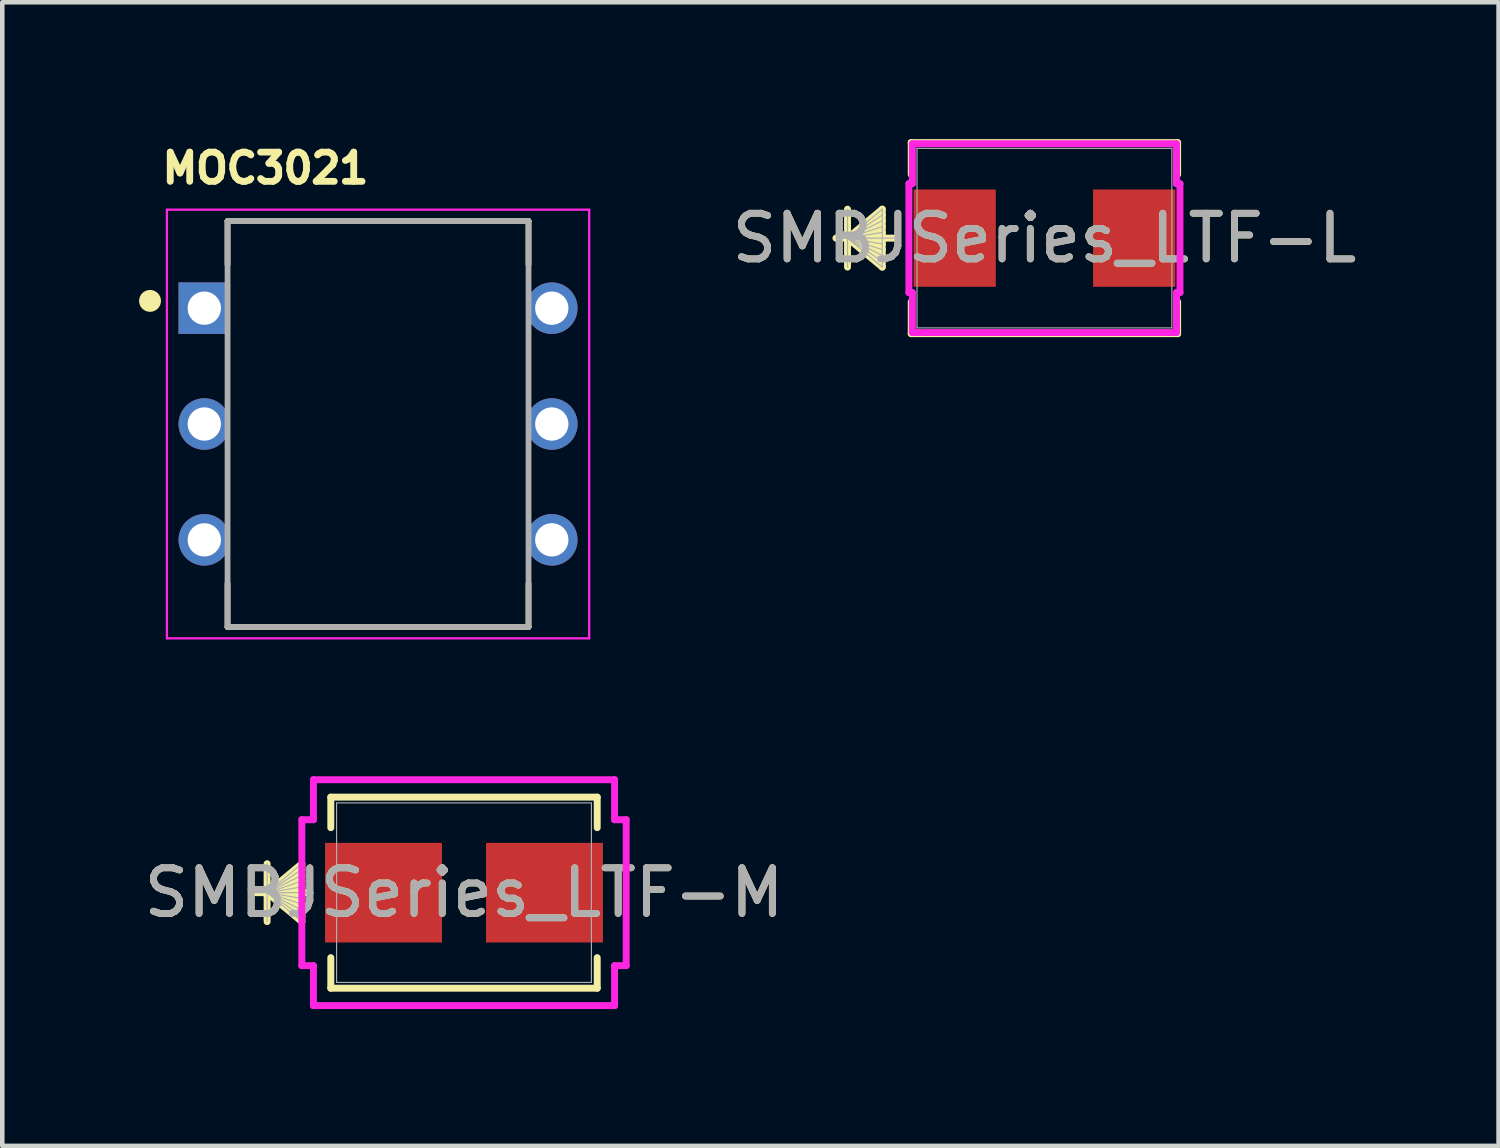
<source format=kicad_pcb>
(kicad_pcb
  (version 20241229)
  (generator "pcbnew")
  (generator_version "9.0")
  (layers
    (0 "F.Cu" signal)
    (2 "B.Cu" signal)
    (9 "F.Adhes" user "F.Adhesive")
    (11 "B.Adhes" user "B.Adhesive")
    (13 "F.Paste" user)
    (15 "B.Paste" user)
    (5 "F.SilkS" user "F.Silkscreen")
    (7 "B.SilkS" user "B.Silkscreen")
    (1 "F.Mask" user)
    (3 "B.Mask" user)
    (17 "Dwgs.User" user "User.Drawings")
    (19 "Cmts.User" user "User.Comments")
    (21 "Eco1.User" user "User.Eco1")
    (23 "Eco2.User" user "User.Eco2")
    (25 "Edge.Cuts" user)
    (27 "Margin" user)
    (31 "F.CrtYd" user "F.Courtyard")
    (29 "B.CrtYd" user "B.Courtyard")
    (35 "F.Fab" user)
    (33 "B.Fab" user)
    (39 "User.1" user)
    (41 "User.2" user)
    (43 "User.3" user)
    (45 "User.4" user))
  (footprint "SMBJSeries_LTF-M"
    (layer "F.Cu")
    (at 7.125 16.525)
    (property "Reference" "SMBJSeries_LTF-M" (at 0 0 0) (unlocked yes) (layer "F.SilkS") (effects (font (size 1 1) (thickness 0.15))))
    (attr smd)
    (fp_line (start -4.318 -0.635) (end -4.318 0.635) (stroke (width 0.152) (type solid)) (layer "F.SilkS"))
    (fp_line (start -4.318 0) (end -3.556 -0.635) (stroke (width 0.152) (type solid)) (layer "F.SilkS"))
    (fp_line (start -4.318 0) (end -3.556 -0.508) (stroke (width 0.152) (type solid)) (layer "F.SilkS"))
    (fp_line (start -4.318 0) (end -3.556 -0.381) (stroke (width 0.152) (type solid)) (layer "F.SilkS"))
    (fp_line (start -4.318 0) (end -3.556 -0.254) (stroke (width 0.152) (type solid)) (layer "F.SilkS"))
    (fp_line (start -4.318 0) (end -3.556 -0.127) (stroke (width 0.152) (type solid)) (layer "F.SilkS"))
    (fp_line (start -4.318 0) (end -3.556 0.127) (stroke (width 0.152) (type solid)) (layer "F.SilkS"))
    (fp_line (start -4.318 0) (end -3.556 0.254) (stroke (width 0.152) (type solid)) (layer "F.SilkS"))
    (fp_line (start -4.318 0) (end -3.556 0.381) (stroke (width 0.152) (type solid)) (layer "F.SilkS"))
    (fp_line (start -4.318 0) (end -3.556 0.508) (stroke (width 0.152) (type solid)) (layer "F.SilkS"))
    (fp_line (start -4.318 0) (end -3.556 0.635) (stroke (width 0.152) (type solid)) (layer "F.SilkS"))
    (fp_line (start -3.556 -0.635) (end -3.556 0.635) (stroke (width 0.152) (type solid)) (layer "F.SilkS"))
    (fp_line (start -3.381 0) (end -4.572 0) (stroke (width 0.152) (type solid)) (layer "F.SilkS"))
    (fp_line (start -2.921 -2.095) (end -2.921 -1.425) (stroke (width 0.152) (type solid)) (layer "F.SilkS"))
    (fp_line (start -2.921 1.425) (end -2.921 2.095) (stroke (width 0.152) (type solid)) (layer "F.SilkS"))
    (fp_line (start -2.921 2.095) (end 2.921 2.095) (stroke (width 0.152) (type solid)) (layer "F.SilkS"))
    (fp_line (start 2.921 -2.095) (end -2.921 -2.095) (stroke (width 0.152) (type solid)) (layer "F.SilkS"))
    (fp_line (start 2.921 -1.425) (end 2.921 -2.095) (stroke (width 0.152) (type solid)) (layer "F.SilkS"))
    (fp_line (start 2.921 2.095) (end 2.921 1.425) (stroke (width 0.152) (type solid)) (layer "F.SilkS"))
    (fp_line (start -3.556 -1.6) (end -3.302 -1.6) (stroke (width 0.152) (type solid)) (layer "F.CrtYd"))
    (fp_line (start -3.556 1.6) (end -3.556 -1.6) (stroke (width 0.152) (type solid)) (layer "F.CrtYd"))
    (fp_line (start -3.302 -2.477) (end 3.302 -2.477) (stroke (width 0.152) (type solid)) (layer "F.CrtYd"))
    (fp_line (start -3.302 -1.6) (end -3.302 -2.477) (stroke (width 0.152) (type solid)) (layer "F.CrtYd"))
    (fp_line (start -3.302 1.6) (end -3.556 1.6) (stroke (width 0.152) (type solid)) (layer "F.CrtYd"))
    (fp_line (start -3.302 2.477) (end -3.302 1.6) (stroke (width 0.152) (type solid)) (layer "F.CrtYd"))
    (fp_line (start 3.302 -2.477) (end 3.302 -1.6) (stroke (width 0.152) (type solid)) (layer "F.CrtYd"))
    (fp_line (start 3.302 -1.6) (end 3.556 -1.6) (stroke (width 0.152) (type solid)) (layer "F.CrtYd"))
    (fp_line (start 3.302 1.6) (end 3.302 2.477) (stroke (width 0.152) (type solid)) (layer "F.CrtYd"))
    (fp_line (start 3.302 2.477) (end -3.302 2.477) (stroke (width 0.152) (type solid)) (layer "F.CrtYd"))
    (fp_line (start 3.556 -1.6) (end 3.556 1.6) (stroke (width 0.152) (type solid)) (layer "F.CrtYd"))
    (fp_line (start 3.556 1.6) (end 3.302 1.6) (stroke (width 0.152) (type solid)) (layer "F.CrtYd"))
    (fp_line (start -4.318 -0.635) (end -4.318 0.635) (stroke (width 0.025) (type solid)) (layer "F.Fab"))
    (fp_line (start -4.318 0) (end -3.556 -0.635) (stroke (width 0.025) (type solid)) (layer "F.Fab"))
    (fp_line (start -4.318 0) (end -3.556 -0.508) (stroke (width 0.025) (type solid)) (layer "F.Fab"))
    (fp_line (start -4.318 0) (end -3.556 -0.381) (stroke (width 0.025) (type solid)) (layer "F.Fab"))
    (fp_line (start -4.318 0) (end -3.556 -0.254) (stroke (width 0.025) (type solid)) (layer "F.Fab"))
    (fp_line (start -4.318 0) (end -3.556 -0.127) (stroke (width 0.025) (type solid)) (layer "F.Fab"))
    (fp_line (start -4.318 0) (end -3.556 0.127) (stroke (width 0.025) (type solid)) (layer "F.Fab"))
    (fp_line (start -4.318 0) (end -3.556 0.254) (stroke (width 0.025) (type solid)) (layer "F.Fab"))
    (fp_line (start -4.318 0) (end -3.556 0.381) (stroke (width 0.025) (type solid)) (layer "F.Fab"))
    (fp_line (start -4.318 0) (end -3.556 0.508) (stroke (width 0.025) (type solid)) (layer "F.Fab"))
    (fp_line (start -4.318 0) (end -3.556 0.635) (stroke (width 0.025) (type solid)) (layer "F.Fab"))
    (fp_line (start -3.556 -0.635) (end -3.556 0.635) (stroke (width 0.025) (type solid)) (layer "F.Fab"))
    (fp_line (start -3.302 0) (end -4.572 0) (stroke (width 0.025) (type solid)) (layer "F.Fab"))
    (fp_line (start -2.794 -1.968) (end -2.794 1.968) (stroke (width 0.025) (type solid)) (layer "F.Fab"))
    (fp_line (start -2.794 1.968) (end 2.794 1.968) (stroke (width 0.025) (type solid)) (layer "F.Fab"))
    (fp_line (start 2.794 -1.968) (end -2.794 -1.968) (stroke (width 0.025) (type solid)) (layer "F.Fab"))
    (fp_line (start 2.794 1.968) (end 2.794 -1.968) (stroke (width 0.025) (type solid)) (layer "F.Fab"))
    (fp_text user "${REFERENCE}" (at 0 0 0) (unlocked yes) (layer "F.Fab") (effects (font (size 1 1) (thickness 0.15))))
    (pad "1" smd rect (at -1.765 0 90) (size 2.184 2.565) (layers "F.Cu" "F.Mask" "F.Paste"))
    (pad "2" smd rect (at 1.765 0 90) (size 2.184 2.565) (layers "F.Cu" "F.Mask" "F.Paste"))
    (zone (net_name "") (layer "F.Cu") (hatch full 0.508) (connect_pads) (min_thickness 0.254) (filled_areas_thickness no) (keepout (tracks not_allowed) (vias not_allowed) (pads allowed) (copperpour not_allowed) (footprints allowed)) (placement (enabled no)) (fill) (polygon (pts (xy 4.382 14.608) (xy 9.868 14.608) (xy 9.868 15.382) (xy 4.382 15.382))))
    (zone (net_name "") (layer "F.Cu") (hatch full 0.508) (connect_pads) (min_thickness 0.254) (filled_areas_thickness no) (keepout (tracks not_allowed) (vias not_allowed) (pads allowed) (copperpour not_allowed) (footprints allowed)) (placement (enabled no)) (fill) (polygon (pts (xy 4.382 17.668) (xy 9.868 17.668) (xy 9.868 18.443) (xy 4.382 18.443))))
    (zone (net_name "") (layer "F.Cu") (hatch full 0.508) (connect_pads) (min_thickness 0.254) (filled_areas_thickness no) (keepout (tracks not_allowed) (vias not_allowed) (pads allowed) (copperpour not_allowed) (footprints allowed)) (placement (enabled no)) (fill) (polygon (pts (xy 6.693 15.382) (xy 7.557 15.382) (xy 7.557 17.668) (xy 6.693 17.668)))))
  (footprint "MOC3021"
    (layer "F.Cu")
    (at 5.24 6.248)
    (property "Reference" "MOC3021" (at -2.469 -5.61 0) (layer "F.SilkS") (effects (font (size 0.64 0.64) (thickness 0.15))))
    (attr through_hole)
    (fp_line (start -3.3 -4.45) (end 3.3 -4.45) (stroke (width 0.127) (type solid)) (layer "F.SilkS"))
    (fp_line (start -3.3 -3.5) (end -3.3 -4.45) (stroke (width 0.127) (type solid)) (layer "F.SilkS"))
    (fp_line (start -3.3 3.5) (end -3.3 4.45) (stroke (width 0.127) (type solid)) (layer "F.SilkS"))
    (fp_line (start -3.3 4.45) (end 3.3 4.45) (stroke (width 0.127) (type solid)) (layer "F.SilkS"))
    (fp_line (start 3.3 -4.45) (end 3.3 -3.5) (stroke (width 0.127) (type solid)) (layer "F.SilkS"))
    (fp_line (start 3.3 4.45) (end 3.3 3.5) (stroke (width 0.127) (type solid)) (layer "F.SilkS"))
    (fp_circle (center -5 -2.7) (end -4.88 -2.7) (stroke (width 0.24) (type solid)) (fill no) (layer "F.SilkS"))
    (fp_line (start -4.63 -4.7) (end 4.63 -4.7) (stroke (width 0.05) (type solid)) (layer "F.CrtYd"))
    (fp_line (start -4.63 4.7) (end -4.63 -4.7) (stroke (width 0.05) (type solid)) (layer "F.CrtYd"))
    (fp_line (start 4.63 -4.7) (end 4.63 4.7) (stroke (width 0.05) (type solid)) (layer "F.CrtYd"))
    (fp_line (start 4.63 4.7) (end -4.63 4.7) (stroke (width 0.05) (type solid)) (layer "F.CrtYd"))
    (fp_line (start -3.3 -4.45) (end 3.3 -4.45) (stroke (width 0.127) (type solid)) (layer "F.Fab"))
    (fp_line (start -3.3 4.45) (end -3.3 -4.45) (stroke (width 0.127) (type solid)) (layer "F.Fab"))
    (fp_line (start 3.3 -4.45) (end 3.3 4.45) (stroke (width 0.127) (type solid)) (layer "F.Fab"))
    (fp_line (start 3.3 4.45) (end -3.3 4.45) (stroke (width 0.127) (type solid)) (layer "F.Fab"))
    (pad "1" thru_hole rect (at -3.81 -2.54) (size 1.13 1.13) (drill 0.73) (layers "*.Cu" "*.Mask"))
    (pad "2" thru_hole circle (at -3.81 0) (size 1.13 1.13) (drill 0.73) (layers "*.Cu" "*.Mask"))
    (pad "3" thru_hole circle (at -3.81 2.54) (size 1.13 1.13) (drill 0.73) (layers "*.Cu" "*.Mask"))
    (pad "4" thru_hole circle (at 3.81 2.54) (size 1.13 1.13) (drill 0.73) (layers "*.Cu" "*.Mask"))
    (pad "5" thru_hole circle (at 3.81 0) (size 1.13 1.13) (drill 0.73) (layers "*.Cu" "*.Mask"))
    (pad "6" thru_hole circle (at 3.81 -2.54) (size 1.13 1.13) (drill 0.73) (layers "*.Cu" "*.Mask")))
  (footprint "SMBJSeries_LTF-L"
    (layer "F.Cu")
    (at 19.853 2.172)
    (property "Reference" "SMBJSeries_LTF-L" (at 0 0 0) (unlocked yes) (layer "F.SilkS") (effects (font (size 1 1) (thickness 0.15))))
    (attr smd)
    (fp_line (start -4.318 -0.635) (end -4.318 0.635) (stroke (width 0.152) (type solid)) (layer "F.SilkS"))
    (fp_line (start -4.318 0) (end -3.556 -0.635) (stroke (width 0.152) (type solid)) (layer "F.SilkS"))
    (fp_line (start -4.318 0) (end -3.556 -0.508) (stroke (width 0.152) (type solid)) (layer "F.SilkS"))
    (fp_line (start -4.318 0) (end -3.556 -0.381) (stroke (width 0.152) (type solid)) (layer "F.SilkS"))
    (fp_line (start -4.318 0) (end -3.556 -0.254) (stroke (width 0.152) (type solid)) (layer "F.SilkS"))
    (fp_line (start -4.318 0) (end -3.556 -0.127) (stroke (width 0.152) (type solid)) (layer "F.SilkS"))
    (fp_line (start -4.318 0) (end -3.556 0.127) (stroke (width 0.152) (type solid)) (layer "F.SilkS"))
    (fp_line (start -4.318 0) (end -3.556 0.254) (stroke (width 0.152) (type solid)) (layer "F.SilkS"))
    (fp_line (start -4.318 0) (end -3.556 0.381) (stroke (width 0.152) (type solid)) (layer "F.SilkS"))
    (fp_line (start -4.318 0) (end -3.556 0.508) (stroke (width 0.152) (type solid)) (layer "F.SilkS"))
    (fp_line (start -4.318 0) (end -3.556 0.635) (stroke (width 0.152) (type solid)) (layer "F.SilkS"))
    (fp_line (start -3.556 -0.635) (end -3.556 0.635) (stroke (width 0.152) (type solid)) (layer "F.SilkS"))
    (fp_line (start -3.302 0) (end -4.572 0) (stroke (width 0.152) (type solid)) (layer "F.SilkS"))
    (fp_line (start -2.921 -2.095) (end -2.921 -1.396) (stroke (width 0.152) (type solid)) (layer "F.SilkS"))
    (fp_line (start -2.921 1.396) (end -2.921 2.095) (stroke (width 0.152) (type solid)) (layer "F.SilkS"))
    (fp_line (start -2.921 2.095) (end 2.921 2.095) (stroke (width 0.152) (type solid)) (layer "F.SilkS"))
    (fp_line (start 2.921 -2.095) (end -2.921 -2.095) (stroke (width 0.152) (type solid)) (layer "F.SilkS"))
    (fp_line (start 2.921 -1.396) (end 2.921 -2.095) (stroke (width 0.152) (type solid)) (layer "F.SilkS"))
    (fp_line (start 2.921 2.095) (end 2.921 1.396) (stroke (width 0.152) (type solid)) (layer "F.SilkS"))
    (fp_line (start -2.972 -1.194) (end -2.896 -1.194) (stroke (width 0.152) (type solid)) (layer "F.CrtYd"))
    (fp_line (start -2.972 1.194) (end -2.972 -1.194) (stroke (width 0.152) (type solid)) (layer "F.CrtYd"))
    (fp_line (start -2.896 -2.07) (end 2.896 -2.07) (stroke (width 0.152) (type solid)) (layer "F.CrtYd"))
    (fp_line (start -2.896 -1.194) (end -2.896 -2.07) (stroke (width 0.152) (type solid)) (layer "F.CrtYd"))
    (fp_line (start -2.896 1.194) (end -2.972 1.194) (stroke (width 0.152) (type solid)) (layer "F.CrtYd"))
    (fp_line (start -2.896 2.07) (end -2.896 1.194) (stroke (width 0.152) (type solid)) (layer "F.CrtYd"))
    (fp_line (start 2.896 -2.07) (end 2.896 -1.194) (stroke (width 0.152) (type solid)) (layer "F.CrtYd"))
    (fp_line (start 2.896 -1.194) (end 2.972 -1.194) (stroke (width 0.152) (type solid)) (layer "F.CrtYd"))
    (fp_line (start 2.896 1.194) (end 2.896 2.07) (stroke (width 0.152) (type solid)) (layer "F.CrtYd"))
    (fp_line (start 2.896 2.07) (end -2.896 2.07) (stroke (width 0.152) (type solid)) (layer "F.CrtYd"))
    (fp_line (start 2.972 -1.194) (end 2.972 1.194) (stroke (width 0.152) (type solid)) (layer "F.CrtYd"))
    (fp_line (start 2.972 1.194) (end 2.896 1.194) (stroke (width 0.152) (type solid)) (layer "F.CrtYd"))
    (fp_line (start -4.318 -0.635) (end -4.318 0.635) (stroke (width 0.025) (type solid)) (layer "F.Fab"))
    (fp_line (start -4.318 0) (end -3.556 -0.635) (stroke (width 0.025) (type solid)) (layer "F.Fab"))
    (fp_line (start -4.318 0) (end -3.556 -0.508) (stroke (width 0.025) (type solid)) (layer "F.Fab"))
    (fp_line (start -4.318 0) (end -3.556 -0.381) (stroke (width 0.025) (type solid)) (layer "F.Fab"))
    (fp_line (start -4.318 0) (end -3.556 -0.254) (stroke (width 0.025) (type solid)) (layer "F.Fab"))
    (fp_line (start -4.318 0) (end -3.556 -0.127) (stroke (width 0.025) (type solid)) (layer "F.Fab"))
    (fp_line (start -4.318 0) (end -3.556 0.127) (stroke (width 0.025) (type solid)) (layer "F.Fab"))
    (fp_line (start -4.318 0) (end -3.556 0.254) (stroke (width 0.025) (type solid)) (layer "F.Fab"))
    (fp_line (start -4.318 0) (end -3.556 0.381) (stroke (width 0.025) (type solid)) (layer "F.Fab"))
    (fp_line (start -4.318 0) (end -3.556 0.508) (stroke (width 0.025) (type solid)) (layer "F.Fab"))
    (fp_line (start -4.318 0) (end -3.556 0.635) (stroke (width 0.025) (type solid)) (layer "F.Fab"))
    (fp_line (start -3.556 -0.635) (end -3.556 0.635) (stroke (width 0.025) (type solid)) (layer "F.Fab"))
    (fp_line (start -3.302 0) (end -4.572 0) (stroke (width 0.025) (type solid)) (layer "F.Fab"))
    (fp_line (start -2.794 -1.968) (end -2.794 1.968) (stroke (width 0.025) (type solid)) (layer "F.Fab"))
    (fp_line (start -2.794 1.968) (end 2.794 1.968) (stroke (width 0.025) (type solid)) (layer "F.Fab"))
    (fp_line (start 2.794 -1.968) (end -2.794 -1.968) (stroke (width 0.025) (type solid)) (layer "F.Fab"))
    (fp_line (start 2.794 1.968) (end 2.794 -1.968) (stroke (width 0.025) (type solid)) (layer "F.Fab"))
    (fp_text user "${REFERENCE}" (at 0 0 0) (unlocked yes) (layer "F.Fab") (effects (font (size 1 1) (thickness 0.15))))
    (pad "1" smd rect (at -1.968 0 90) (size 2.134 1.803) (layers "F.Cu" "F.Mask" "F.Paste"))
    (pad "2" smd rect (at 1.968 0 90) (size 2.134 1.803) (layers "F.Cu" "F.Mask" "F.Paste"))
    (zone (net_name "") (layer "F.Cu") (hatch full 0.508) (connect_pads) (min_thickness 0.254) (filled_areas_thickness no) (keepout (tracks not_allowed) (vias not_allowed) (pads allowed) (copperpour not_allowed) (footprints allowed)) (placement (enabled no)) (fill) (polygon (pts (xy 17.11 0.254) (xy 22.597 0.254) (xy 22.597 1.029) (xy 17.11 1.029))))
    (zone (net_name "") (layer "F.Cu") (hatch full 0.508) (connect_pads) (min_thickness 0.254) (filled_areas_thickness no) (keepout (tracks not_allowed) (vias not_allowed) (pads allowed) (copperpour not_allowed) (footprints allowed)) (placement (enabled no)) (fill) (polygon (pts (xy 17.11 3.315) (xy 22.597 3.315) (xy 22.597 4.089) (xy 17.11 4.089))))
    (zone (net_name "") (layer "F.Cu") (hatch full 0.508) (connect_pads) (min_thickness 0.254) (filled_areas_thickness no) (keepout (tracks not_allowed) (vias not_allowed) (pads allowed) (copperpour not_allowed) (footprints allowed)) (placement (enabled no)) (fill) (polygon (pts (xy 18.837 1.029) (xy 20.869 1.029) (xy 20.869 3.315) (xy 18.837 3.315)))))
  (gr_rect
    (start -3 -3)
    (end 29.812 22.078)
    (stroke (width 0.1) (type default))
    (fill no)
    (layer "Edge.Cuts")))
</source>
